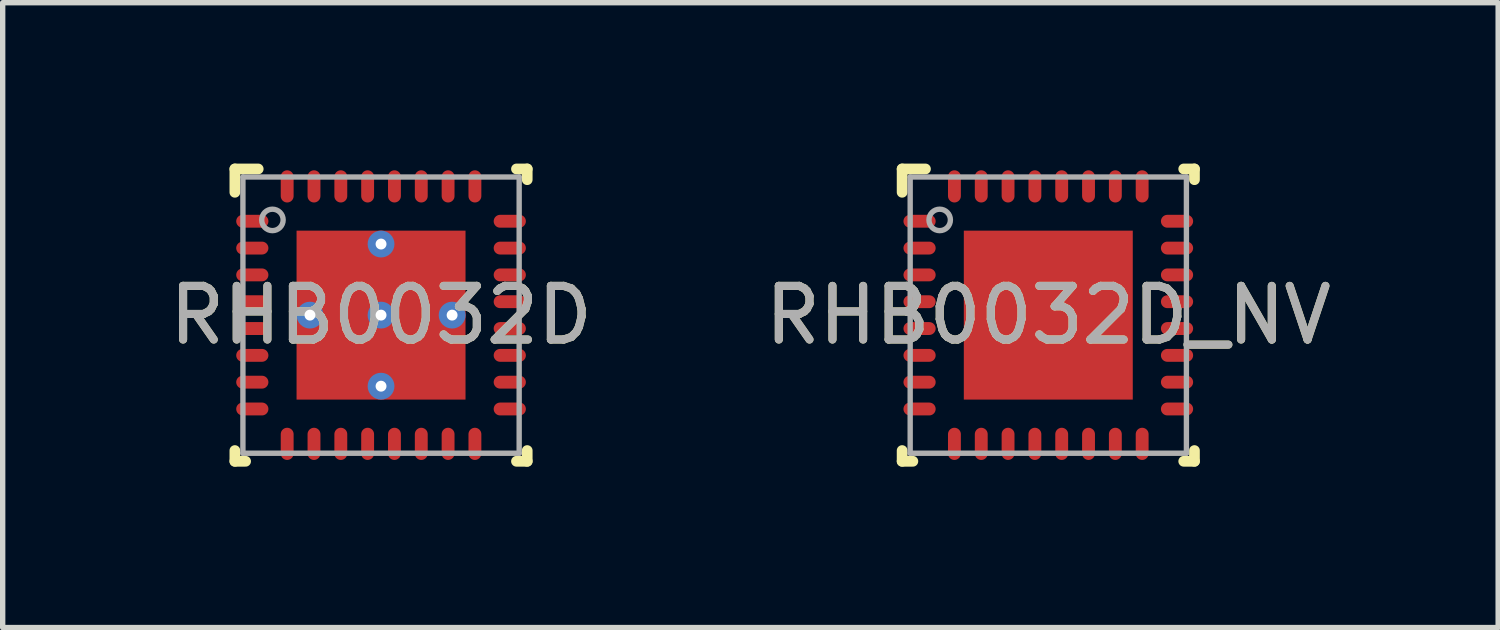
<source format=kicad_pcb>
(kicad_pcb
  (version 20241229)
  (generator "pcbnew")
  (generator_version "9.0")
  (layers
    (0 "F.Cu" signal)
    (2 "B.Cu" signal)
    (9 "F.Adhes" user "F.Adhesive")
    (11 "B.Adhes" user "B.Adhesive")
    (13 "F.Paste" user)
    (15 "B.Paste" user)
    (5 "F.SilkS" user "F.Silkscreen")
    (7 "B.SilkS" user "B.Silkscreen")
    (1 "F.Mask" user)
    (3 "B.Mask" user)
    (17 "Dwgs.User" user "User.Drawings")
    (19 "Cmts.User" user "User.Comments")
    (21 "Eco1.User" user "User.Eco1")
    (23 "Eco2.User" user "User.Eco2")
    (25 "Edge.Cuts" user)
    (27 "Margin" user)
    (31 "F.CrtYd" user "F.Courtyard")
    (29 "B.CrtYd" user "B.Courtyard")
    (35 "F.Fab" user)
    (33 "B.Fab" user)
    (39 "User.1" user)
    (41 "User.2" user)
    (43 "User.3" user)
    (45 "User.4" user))
  (footprint "RHB0032D"
    (layer "F.Cu")
    (at 4.054 2.825)
    (property "Reference" "RHB0032D" (at 0 0 0) (unlocked yes) (layer "F.SilkS") (effects (font (size 1 1) (thickness 0.15))))
    (attr smd)
    (fp_line (start -2.725 -2.725) (end -2.29 -2.725) (stroke (width 0.2) (type solid)) (layer "F.SilkS"))
    (fp_line (start -2.725 -2.29) (end -2.725 -2.725) (stroke (width 0.2) (type solid)) (layer "F.SilkS"))
    (fp_line (start -2.725 2.725) (end -2.725 2.525) (stroke (width 0.2) (type solid)) (layer "F.SilkS"))
    (fp_line (start -2.725 2.725) (end -2.525 2.725) (stroke (width 0.2) (type solid)) (layer "F.SilkS"))
    (fp_line (start 2.525 -2.725) (end 2.725 -2.725) (stroke (width 0.2) (type solid)) (layer "F.SilkS"))
    (fp_line (start 2.525 2.725) (end 2.725 2.725) (stroke (width 0.2) (type solid)) (layer "F.SilkS"))
    (fp_line (start 2.725 -2.525) (end 2.725 -2.725) (stroke (width 0.2) (type solid)) (layer "F.SilkS"))
    (fp_line (start 2.725 2.725) (end 2.725 2.525) (stroke (width 0.2) (type solid)) (layer "F.SilkS"))
    (fp_poly (pts (xy -0.1 -1.468) (xy -1.468 -1.468) (xy -1.468 -0.1) (xy -0.1 -0.1)) (stroke (width 0) (type solid)) (fill yes) (layer "F.Paste"))
    (fp_poly (pts (xy -0.1 0.1) (xy -1.468 0.1) (xy -1.468 1.468) (xy -0.1 1.468)) (stroke (width 0) (type solid)) (fill yes) (layer "F.Paste"))
    (fp_poly (pts (xy 0.1 -0.1) (xy 1.468 -0.1) (xy 1.468 -1.468) (xy 0.1 -1.468)) (stroke (width 0) (type solid)) (fill yes) (layer "F.Paste"))
    (fp_poly (pts (xy 0.1 1.468) (xy 1.468 1.468) (xy 1.468 0.1) (xy 0.1 0.1)) (stroke (width 0) (type solid)) (fill yes) (layer "F.Paste"))
    (fp_line (start -2.575 -2.575) (end 2.575 -2.575) (stroke (width 0.1) (type solid)) (layer "F.Fab"))
    (fp_line (start -2.575 2.575) (end -2.575 -2.575) (stroke (width 0.1) (type solid)) (layer "F.Fab"))
    (fp_line (start -2.575 2.575) (end 2.575 2.575) (stroke (width 0.1) (type solid)) (layer "F.Fab"))
    (fp_line (start 2.575 2.575) (end 2.575 -2.575) (stroke (width 0.1) (type solid)) (layer "F.Fab"))
    (fp_circle (center -2.025 -1.775) (end -1.825 -1.775) (stroke (width 0.1) (type solid)) (fill no) (layer "F.Fab"))
    (fp_text user "${REFERENCE}" (at 0 0 0) (unlocked yes) (layer "F.Fab") (effects (font (size 1 1) (thickness 0.15))))
    (pad "1" smd oval (at -2.4 -1.75 90) (size 0.24 0.6) (layers "F.Cu" "F.Mask" "F.Paste"))
    (pad "2" smd oval (at -2.4 -1.25 90) (size 0.24 0.6) (layers "F.Cu" "F.Mask" "F.Paste"))
    (pad "3" smd oval (at -2.4 -0.75 90) (size 0.24 0.6) (layers "F.Cu" "F.Mask" "F.Paste"))
    (pad "4" smd oval (at -2.4 -0.25 90) (size 0.24 0.6) (layers "F.Cu" "F.Mask" "F.Paste"))
    (pad "5" smd oval (at -2.4 0.25 90) (size 0.24 0.6) (layers "F.Cu" "F.Mask" "F.Paste"))
    (pad "6" smd oval (at -2.4 0.75 90) (size 0.24 0.6) (layers "F.Cu" "F.Mask" "F.Paste"))
    (pad "7" smd oval (at -2.4 1.25 90) (size 0.24 0.6) (layers "F.Cu" "F.Mask" "F.Paste"))
    (pad "8" smd oval (at -2.4 1.75 90) (size 0.24 0.6) (layers "F.Cu" "F.Mask" "F.Paste"))
    (pad "9" smd oval (at -1.75 2.4) (size 0.24 0.6) (layers "F.Cu" "F.Mask" "F.Paste"))
    (pad "10" smd oval (at -1.25 2.4) (size 0.24 0.6) (layers "F.Cu" "F.Mask" "F.Paste"))
    (pad "11" smd oval (at -0.75 2.4) (size 0.24 0.6) (layers "F.Cu" "F.Mask" "F.Paste"))
    (pad "12" smd oval (at -0.25 2.4) (size 0.24 0.6) (layers "F.Cu" "F.Mask" "F.Paste"))
    (pad "13" smd oval (at 0.25 2.4) (size 0.24 0.6) (layers "F.Cu" "F.Mask" "F.Paste"))
    (pad "14" smd oval (at 0.75 2.4) (size 0.24 0.6) (layers "F.Cu" "F.Mask" "F.Paste"))
    (pad "15" smd oval (at 1.25 2.4) (size 0.24 0.6) (layers "F.Cu" "F.Mask" "F.Paste"))
    (pad "16" smd oval (at 1.75 2.4) (size 0.24 0.6) (layers "F.Cu" "F.Mask" "F.Paste"))
    (pad "17" smd oval (at 2.4 1.75 90) (size 0.24 0.6) (layers "F.Cu" "F.Mask" "F.Paste"))
    (pad "18" smd oval (at 2.4 1.25 90) (size 0.24 0.6) (layers "F.Cu" "F.Mask" "F.Paste"))
    (pad "19" smd oval (at 2.4 0.75 90) (size 0.24 0.6) (layers "F.Cu" "F.Mask" "F.Paste"))
    (pad "20" smd oval (at 2.4 0.25 90) (size 0.24 0.6) (layers "F.Cu" "F.Mask" "F.Paste"))
    (pad "21" smd oval (at 2.4 -0.25 90) (size 0.24 0.6) (layers "F.Cu" "F.Mask" "F.Paste"))
    (pad "22" smd oval (at 2.4 -0.75 90) (size 0.24 0.6) (layers "F.Cu" "F.Mask" "F.Paste"))
    (pad "23" smd oval (at 2.4 -1.25 90) (size 0.24 0.6) (layers "F.Cu" "F.Mask" "F.Paste"))
    (pad "24" smd oval (at 2.4 -1.75 90) (size 0.24 0.6) (layers "F.Cu" "F.Mask" "F.Paste"))
    (pad "25" smd oval (at 1.75 -2.4) (size 0.24 0.6) (layers "F.Cu" "F.Mask" "F.Paste"))
    (pad "26" smd oval (at 1.25 -2.4) (size 0.24 0.6) (layers "F.Cu" "F.Mask" "F.Paste"))
    (pad "27" smd oval (at 0.75 -2.4) (size 0.24 0.6) (layers "F.Cu" "F.Mask" "F.Paste"))
    (pad "28" smd oval (at 0.25 -2.4) (size 0.24 0.6) (layers "F.Cu" "F.Mask" "F.Paste"))
    (pad "29" smd oval (at -0.25 -2.4) (size 0.24 0.6) (layers "F.Cu" "F.Mask" "F.Paste"))
    (pad "30" smd oval (at -0.75 -2.4) (size 0.24 0.6) (layers "F.Cu" "F.Mask" "F.Paste"))
    (pad "31" smd oval (at -1.25 -2.4) (size 0.24 0.6) (layers "F.Cu" "F.Mask" "F.Paste"))
    (pad "32" smd oval (at -1.75 -2.4) (size 0.24 0.6) (layers "F.Cu" "F.Mask" "F.Paste"))
    (pad "33" smd rect (at 0 -0.000003) (size 3.15 3.15) (layers "F.Cu" "F.Mask"))
    (pad "V1" thru_hole circle (at 0 1.325) (size 0.5 0.5) (drill 0.203) (layers "*.Cu" "*.Mask"))
    (pad "V2" thru_hole circle (at 1.325 -0.000003) (size 0.5 0.5) (drill 0.203) (layers "*.Cu" "*.Mask"))
    (pad "V3" thru_hole circle (at 0 -0.000003) (size 0.5 0.5) (drill 0.203) (layers "*.Cu" "*.Mask"))
    (pad "V4" thru_hole circle (at -1.325 -0.000003) (size 0.5 0.5) (drill 0.203) (layers "*.Cu" "*.Mask"))
    (pad "V5" thru_hole circle (at 0 -1.325) (size 0.5 0.5) (drill 0.203) (layers "*.Cu" "*.Mask")))
  (footprint "RHB0032D_NV"
    (layer "F.Cu")
    (at 16.494 2.825)
    (property "Reference" "RHB0032D_NV" (at 0 0 0) (unlocked yes) (layer "F.SilkS") (effects (font (size 1 1) (thickness 0.15))))
    (attr smd)
    (fp_line (start -2.725 -2.725) (end -2.29 -2.725) (stroke (width 0.2) (type solid)) (layer "F.SilkS"))
    (fp_line (start -2.725 -2.29) (end -2.725 -2.725) (stroke (width 0.2) (type solid)) (layer "F.SilkS"))
    (fp_line (start -2.725 2.725) (end -2.725 2.525) (stroke (width 0.2) (type solid)) (layer "F.SilkS"))
    (fp_line (start -2.725 2.725) (end -2.525 2.725) (stroke (width 0.2) (type solid)) (layer "F.SilkS"))
    (fp_line (start 2.525 -2.725) (end 2.725 -2.725) (stroke (width 0.2) (type solid)) (layer "F.SilkS"))
    (fp_line (start 2.525 2.725) (end 2.725 2.725) (stroke (width 0.2) (type solid)) (layer "F.SilkS"))
    (fp_line (start 2.725 -2.525) (end 2.725 -2.725) (stroke (width 0.2) (type solid)) (layer "F.SilkS"))
    (fp_line (start 2.725 2.725) (end 2.725 2.525) (stroke (width 0.2) (type solid)) (layer "F.SilkS"))
    (fp_poly (pts (xy -0.1 -1.468) (xy -1.468 -1.468) (xy -1.468 -0.1) (xy -0.1 -0.1)) (stroke (width 0) (type solid)) (fill yes) (layer "F.Paste"))
    (fp_poly (pts (xy -0.1 0.1) (xy -1.468 0.1) (xy -1.468 1.468) (xy -0.1 1.468)) (stroke (width 0) (type solid)) (fill yes) (layer "F.Paste"))
    (fp_poly (pts (xy 0.1 -0.1) (xy 1.468 -0.1) (xy 1.468 -1.468) (xy 0.1 -1.468)) (stroke (width 0) (type solid)) (fill yes) (layer "F.Paste"))
    (fp_poly (pts (xy 0.1 1.468) (xy 1.468 1.468) (xy 1.468 0.1) (xy 0.1 0.1)) (stroke (width 0) (type solid)) (fill yes) (layer "F.Paste"))
    (fp_line (start -2.575 -2.575) (end 2.575 -2.575) (stroke (width 0.1) (type solid)) (layer "F.Fab"))
    (fp_line (start -2.575 2.575) (end -2.575 -2.575) (stroke (width 0.1) (type solid)) (layer "F.Fab"))
    (fp_line (start -2.575 2.575) (end 2.575 2.575) (stroke (width 0.1) (type solid)) (layer "F.Fab"))
    (fp_line (start 2.575 2.575) (end 2.575 -2.575) (stroke (width 0.1) (type solid)) (layer "F.Fab"))
    (fp_circle (center -2.025 -1.775) (end -1.825 -1.775) (stroke (width 0.1) (type solid)) (fill no) (layer "F.Fab"))
    (fp_text user "${REFERENCE}" (at 0 0 0) (unlocked yes) (layer "F.Fab") (effects (font (size 1 1) (thickness 0.15))))
    (pad "1" smd oval (at -2.4 -1.75 90) (size 0.24 0.6) (layers "F.Cu" "F.Mask" "F.Paste"))
    (pad "2" smd oval (at -2.4 -1.25 90) (size 0.24 0.6) (layers "F.Cu" "F.Mask" "F.Paste"))
    (pad "3" smd oval (at -2.4 -0.75 90) (size 0.24 0.6) (layers "F.Cu" "F.Mask" "F.Paste"))
    (pad "4" smd oval (at -2.4 -0.25 90) (size 0.24 0.6) (layers "F.Cu" "F.Mask" "F.Paste"))
    (pad "5" smd oval (at -2.4 0.25 90) (size 0.24 0.6) (layers "F.Cu" "F.Mask" "F.Paste"))
    (pad "6" smd oval (at -2.4 0.75 90) (size 0.24 0.6) (layers "F.Cu" "F.Mask" "F.Paste"))
    (pad "7" smd oval (at -2.4 1.25 90) (size 0.24 0.6) (layers "F.Cu" "F.Mask" "F.Paste"))
    (pad "8" smd oval (at -2.4 1.75 90) (size 0.24 0.6) (layers "F.Cu" "F.Mask" "F.Paste"))
    (pad "9" smd oval (at -1.75 2.4) (size 0.24 0.6) (layers "F.Cu" "F.Mask" "F.Paste"))
    (pad "10" smd oval (at -1.25 2.4) (size 0.24 0.6) (layers "F.Cu" "F.Mask" "F.Paste"))
    (pad "11" smd oval (at -0.75 2.4) (size 0.24 0.6) (layers "F.Cu" "F.Mask" "F.Paste"))
    (pad "12" smd oval (at -0.25 2.4) (size 0.24 0.6) (layers "F.Cu" "F.Mask" "F.Paste"))
    (pad "13" smd oval (at 0.25 2.4) (size 0.24 0.6) (layers "F.Cu" "F.Mask" "F.Paste"))
    (pad "14" smd oval (at 0.75 2.4) (size 0.24 0.6) (layers "F.Cu" "F.Mask" "F.Paste"))
    (pad "15" smd oval (at 1.25 2.4) (size 0.24 0.6) (layers "F.Cu" "F.Mask" "F.Paste"))
    (pad "16" smd oval (at 1.75 2.4) (size 0.24 0.6) (layers "F.Cu" "F.Mask" "F.Paste"))
    (pad "17" smd oval (at 2.4 1.75 90) (size 0.24 0.6) (layers "F.Cu" "F.Mask" "F.Paste"))
    (pad "18" smd oval (at 2.4 1.25 90) (size 0.24 0.6) (layers "F.Cu" "F.Mask" "F.Paste"))
    (pad "19" smd oval (at 2.4 0.75 90) (size 0.24 0.6) (layers "F.Cu" "F.Mask" "F.Paste"))
    (pad "20" smd oval (at 2.4 0.25 90) (size 0.24 0.6) (layers "F.Cu" "F.Mask" "F.Paste"))
    (pad "21" smd oval (at 2.4 -0.25 90) (size 0.24 0.6) (layers "F.Cu" "F.Mask" "F.Paste"))
    (pad "22" smd oval (at 2.4 -0.75 90) (size 0.24 0.6) (layers "F.Cu" "F.Mask" "F.Paste"))
    (pad "23" smd oval (at 2.4 -1.25 90) (size 0.24 0.6) (layers "F.Cu" "F.Mask" "F.Paste"))
    (pad "24" smd oval (at 2.4 -1.75 90) (size 0.24 0.6) (layers "F.Cu" "F.Mask" "F.Paste"))
    (pad "25" smd oval (at 1.75 -2.4) (size 0.24 0.6) (layers "F.Cu" "F.Mask" "F.Paste"))
    (pad "26" smd oval (at 1.25 -2.4) (size 0.24 0.6) (layers "F.Cu" "F.Mask" "F.Paste"))
    (pad "27" smd oval (at 0.75 -2.4) (size 0.24 0.6) (layers "F.Cu" "F.Mask" "F.Paste"))
    (pad "28" smd oval (at 0.25 -2.4) (size 0.24 0.6) (layers "F.Cu" "F.Mask" "F.Paste"))
    (pad "29" smd oval (at -0.25 -2.4) (size 0.24 0.6) (layers "F.Cu" "F.Mask" "F.Paste"))
    (pad "30" smd oval (at -0.75 -2.4) (size 0.24 0.6) (layers "F.Cu" "F.Mask" "F.Paste"))
    (pad "31" smd oval (at -1.25 -2.4) (size 0.24 0.6) (layers "F.Cu" "F.Mask" "F.Paste"))
    (pad "32" smd oval (at -1.75 -2.4) (size 0.24 0.6) (layers "F.Cu" "F.Mask" "F.Paste"))
    (pad "33" smd rect (at 0 -0.000003) (size 3.15 3.15) (layers "F.Cu" "F.Mask")))
  (gr_rect
    (start -3 -3)
    (end 24.881 8.65)
    (stroke (width 0.1) (type default))
    (fill no)
    (layer "Edge.Cuts")))
</source>
